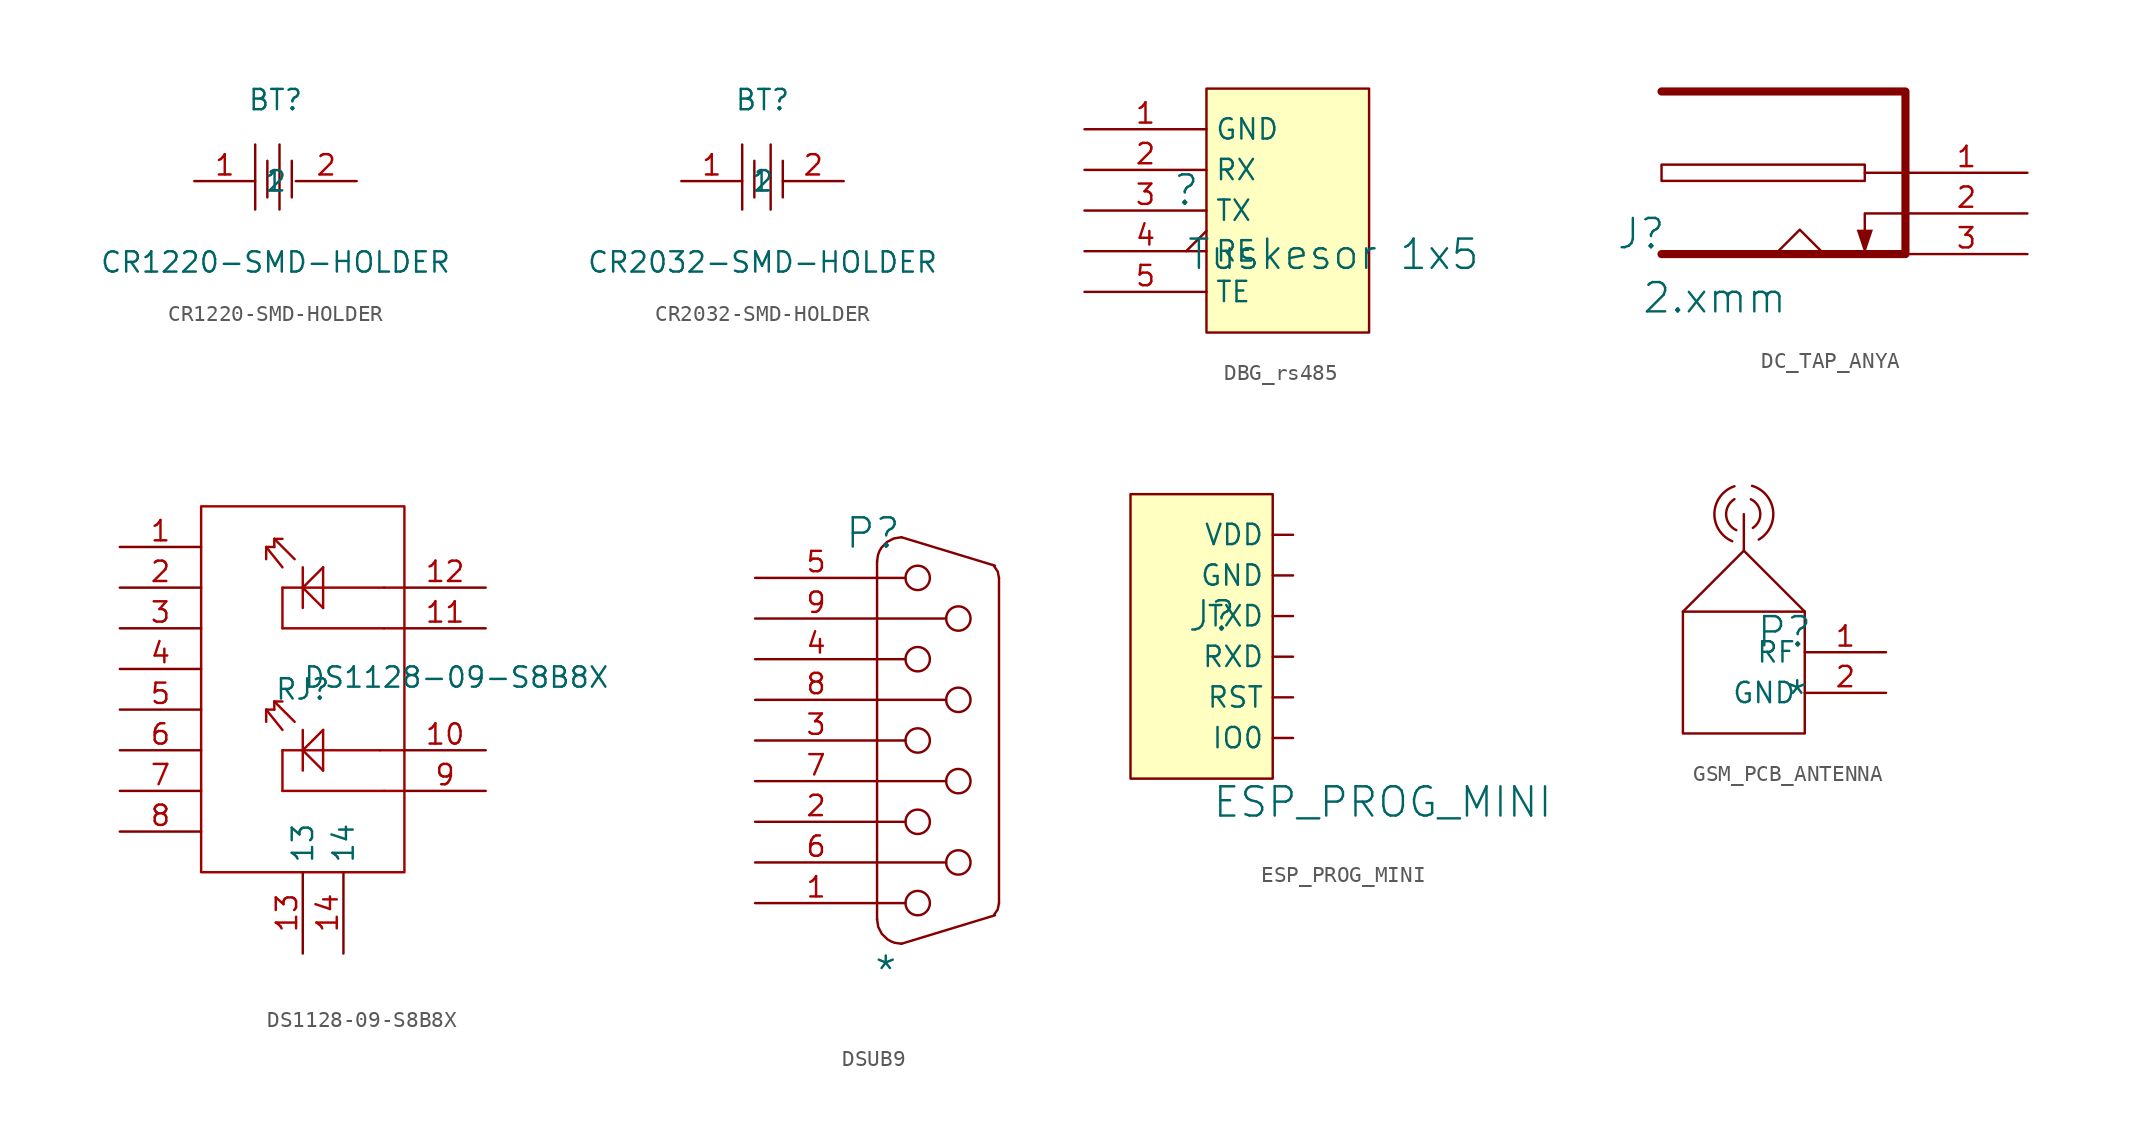
<source format=kicad_sym>
(kicad_symbol_lib
  (version 20241209)
  (generator "kicad_symbol_editor")
  (generator_version "9.0")
  (symbol "CR1220-SMD-HOLDER"
    (property "Reference" "BT"
      (at 0 5.08 0)
      (effects (font (size 1.27 1.27))))
    (property "Value" "CR1220-SMD-HOLDER"
      (at 0 -5.08 0)
      (effects (font (size 1.27 1.27))))
    (symbol "CR1220-SMD-HOLDER_0_1"
      (polyline (pts (xy -1.27 2.29) (xy -1.27 -1.78)) (stroke (width 0) (type default)) (fill (type none)))
      (polyline (pts (xy -0.51 1.27) (xy -0.51 -1.02)) (stroke (width 0) (type default)) (fill (type none)))
      (polyline (pts (xy 0.25 2.29) (xy 0.25 -1.78)) (stroke (width 0) (type default)) (fill (type none)))
      (polyline (pts (xy 1.02 1.27) (xy 1.02 -1.02)) (stroke (width 0) (type default)) (fill (type none)))
      (pin input line (at -5.08 0 0) (length 3.81) (name "1" (effects (font (size 1.27 1.27)))) (number "1" (effects (font (size 1.27 1.27)))))
      (pin input line (at 5.08 0 180) (length 3.81) (name "2" (effects (font (size 1.27 1.27)))) (number "2" (effects (font (size 1.27 1.27)))))))
  (symbol "CR2032-SMD-HOLDER"
    (property "Reference" "BT"
      (at 0 5.08 0)
      (effects (font (size 1.27 1.27))))
    (property "Value" "CR2032-SMD-HOLDER"
      (at 0 -5.08 0)
      (effects (font (size 1.27 1.27))))
    (symbol "CR2032-SMD-HOLDER_0_1"
      (polyline (pts (xy -1.27 2.29) (xy -1.27 -1.78)) (stroke (width 0) (type default)) (fill (type none)))
      (polyline (pts (xy -0.51 1.27) (xy -0.51 -1.02)) (stroke (width 0) (type default)) (fill (type none)))
      (polyline (pts (xy 0.51 2.29) (xy 0.51 -1.78)) (stroke (width 0) (type default)) (fill (type none)))
      (polyline (pts (xy 1.27 1.27) (xy 1.27 -1.02)) (stroke (width 0) (type default)) (fill (type none)))
      (pin input line (at -5.08 0 0) (length 3.81) (name "1" (effects (font (size 1.27 1.27)))) (number "1" (effects (font (size 1.27 1.27)))))
      (pin input line (at 5.08 0 180) (length 3.81) (name "2" (effects (font (size 1.27 1.27)))) (number "2" (effects (font (size 1.27 1.27)))))))
  (symbol "DBG_rs485"
    (property "Reference" ""
      (at -1.27 1.27 0)
      (effects (font (size 1.829 1.829))))
    (property "Value" "Tuskesor 1x5"
      (at -1.27 -3.81 0)
      (effects (font (size 1.829 1.829)) (justify left bottom)))
    (symbol "DBG_rs485_1_0"
      (polyline (pts (xy 0 7.62) (xy 0 -7.62) (xy 10.16 -7.62) (xy 10.16 7.62) (xy 0 7.62)) (stroke (width 0) (type solid)) (fill (type none)))
      (rectangle (start 10.16 7.62) (end 0 -7.62) (stroke (width 0.025) (type solid) (color 128 0 0 1)) (fill (type background)))
      (pin power_in line (at -7.62 5.08 0) (length 7.62) (name "GND" (effects (font (size 1.27 1.27)))) (number "1" (effects (font (size 1.27 1.27)))))
      (pin passive line (at -7.62 2.54 0) (length 7.62) (name "RX" (effects (font (size 1.27 1.27)))) (number "2" (effects (font (size 1.27 1.27)))))
      (pin passive line (at -7.62 0 0) (length 7.62) (name "TX" (effects (font (size 1.27 1.27)))) (number "3" (effects (font (size 1.27 1.27)))))
      (pin passive output_low (at -7.62 -2.54 0) (length 7.62) (name "RE" (effects (font (size 1.27 1.27)))) (number "4" (effects (font (size 1.27 1.27)))))
      (pin passive line (at -7.62 -5.08 0) (length 7.62) (name "TE" (effects (font (size 1.27 1.27)))) (number "5" (effects (font (size 1.27 1.27)))))))
  (symbol "DC_TAP_ANYA"
    (pin_names
      (hide yes))
    (property "Reference" "J"
      (at -1.27 1.27 0)
      (effects (font (size 1.829 1.829))))
    (property "Value" "2.xmm"
      (at -1.27 -3.81 0)
      (effects (font (size 1.829 1.829)) (justify left bottom)))
    (symbol "DC_TAP_ANYA_1_0"
      (polyline (pts (xy 0 0) (xy 15.24 0) (xy 15.24 10.16) (xy 0 10.16)) (stroke (width 0.508) (type solid)) (fill (type none)))
      (polyline (pts (xy 10.16 0) (xy 8.636 1.524) (xy 7.112 0)) (stroke (width 0) (type solid)) (fill (type none)))
      (polyline (pts (xy 12.7 4.572) (xy 0 4.572) (xy 0 5.588) (xy 12.7 5.588) (xy 12.7 4.572)) (stroke (width 0) (type solid)) (fill (type none)))
      (polyline (pts (xy 12.7 0) (xy 13.208 1.524) (xy 12.192 1.524) (xy 12.7 0)) (stroke (width -0.0001) (type solid)) (fill (type outline)))
      (polyline (pts (xy 15.24 5.08) (xy 12.7 5.08)) (stroke (width 0) (type solid)) (fill (type none)))
      (polyline (pts (xy 15.24 2.54) (xy 12.7 2.54) (xy 12.7 0.508)) (stroke (width 0) (type solid)) (fill (type none)))
      (pin power_in line (at 22.86 5.08 180) (length 7.62) (name "9V" (effects (font (size 1.27 1.27)))) (number "1" (effects (font (size 1.27 1.27)))))
      (pin power_in line (at 22.86 2.54 180) (length 7.62) (name "GND" (effects (font (size 1.27 1.27)))) (number "2" (effects (font (size 1.27 1.27)))))
      (pin power_in line (at 22.86 0 180) (length 7.62) (name "GND" (effects (font (size 1.27 1.27)))) (number "3" (effects (font (size 1.27 1.27)))))))
  (symbol "DS1128-09-S8B8X"
    (property "Reference" "RJ"
      (at 0 0 0)
      (effects (font (size 1.27 1.27))))
    (property "Value" "DS1128-09-S8B8X"
      (at 0 0 0)
      (effects (font (size 1.27 1.27)) (justify left bottom)))
    (property "Manufacturer Part" "DS1128-09-S8B8X"
      (at 0 0 0)
      (effects (font (size 1.27 1.27)) (justify left bottom) (hide yes)))
    (symbol "DS1128-09-S8B8X_1_0"
      (rectangle (start -6.35 11.43) (end 6.35 -11.43) (stroke (width 0) (type solid) (color 160 0 0 1)) (fill (type none)))
      (polyline (pts (xy -2.286 8.89) (xy -2.286 8.128)) (stroke (width 0) (type solid) (color 160 0 0 1)) (fill (type none)))
      (polyline (pts (xy -2.286 8.89) (xy -1.778 8.89)) (stroke (width 0) (type solid) (color 160 0 0 1)) (fill (type none)))
      (polyline (pts (xy -2.286 -1.27) (xy -2.286 -2.032)) (stroke (width 0) (type solid) (color 160 0 0 1)) (fill (type none)))
      (polyline (pts (xy -2.286 -1.27) (xy -1.778 -1.27)) (stroke (width 0) (type solid) (color 160 0 0 1)) (fill (type none)))
      (polyline (pts (xy -1.778 9.398) (xy -1.778 8.89)) (stroke (width 0) (type solid) (color 160 0 0 1)) (fill (type none)))
      (polyline (pts (xy -1.778 9.398) (xy -1.27 9.398)) (stroke (width 0) (type solid) (color 160 0 0 1)) (fill (type none)))
      (polyline (pts (xy -1.778 -0.762) (xy -1.778 -1.27)) (stroke (width 0) (type solid) (color 160 0 0 1)) (fill (type none)))
      (polyline (pts (xy -1.778 -0.762) (xy -1.27 -0.762)) (stroke (width 0) (type solid) (color 160 0 0 1)) (fill (type none)))
      (polyline (pts (xy -1.27 7.62) (xy -2.286 8.89)) (stroke (width 0) (type solid) (color 160 0 0 1)) (fill (type none)))
      (polyline (pts (xy -1.27 6.35) (xy -1.27 3.81)) (stroke (width 0) (type solid) (color 160 0 0 1)) (fill (type none)))
      (polyline (pts (xy -1.27 3.81) (xy 5.08 3.81)) (stroke (width 0) (type solid) (color 160 0 0 1)) (fill (type none)))
      (polyline (pts (xy -1.27 -2.54) (xy -2.286 -1.27)) (stroke (width 0) (type solid) (color 160 0 0 1)) (fill (type none)))
      (polyline (pts (xy -1.27 -3.81) (xy -1.27 -6.35)) (stroke (width 0) (type solid) (color 160 0 0 1)) (fill (type none)))
      (polyline (pts (xy -1.27 -6.35) (xy 5.08 -6.35)) (stroke (width 0) (type solid) (color 160 0 0 1)) (fill (type none)))
      (polyline (pts (xy -0.508 8.128) (xy -1.778 9.398)) (stroke (width 0) (type solid) (color 160 0 0 1)) (fill (type none)))
      (polyline (pts (xy -0.508 -2.032) (xy -1.778 -0.762)) (stroke (width 0) (type solid) (color 160 0 0 1)) (fill (type none)))
      (polyline (pts (xy 0 6.35) (xy 1.27 5.08)) (stroke (width 0) (type solid) (color 160 0 0 1)) (fill (type none)))
      (polyline (pts (xy 0 5.08) (xy 0 7.62)) (stroke (width 0) (type solid) (color 160 0 0 1)) (fill (type none)))
      (polyline (pts (xy 0 -3.81) (xy 1.27 -5.08)) (stroke (width 0) (type solid) (color 160 0 0 1)) (fill (type none)))
      (polyline (pts (xy 0 -5.08) (xy 0 -2.54)) (stroke (width 0) (type solid) (color 160 0 0 1)) (fill (type none)))
      (polyline (pts (xy 1.27 7.62) (xy 0 6.35)) (stroke (width 0) (type solid) (color 160 0 0 1)) (fill (type none)))
      (polyline (pts (xy 1.27 5.08) (xy 1.27 7.62)) (stroke (width 0) (type solid) (color 160 0 0 1)) (fill (type none)))
      (polyline (pts (xy 1.27 -2.54) (xy 0 -3.81)) (stroke (width 0) (type solid) (color 160 0 0 1)) (fill (type none)))
      (polyline (pts (xy 1.27 -5.08) (xy 1.27 -2.54)) (stroke (width 0) (type solid) (color 160 0 0 1)) (fill (type none)))
      (polyline (pts (xy 4.826 -3.81) (xy -1.27 -3.81)) (stroke (width 0) (type solid) (color 160 0 0 1)) (fill (type none)))
      (polyline (pts (xy 5.08 6.35) (xy -1.27 6.35)) (stroke (width 0) (type solid) (color 160 0 0 1)) (fill (type none)))
      (polyline (pts (xy 6.35 6.35) (xy 5.08 6.35)) (stroke (width 0) (type solid) (color 160 0 0 1)) (fill (type none)))
      (polyline (pts (xy 6.35 3.81) (xy 5.08 3.81)) (stroke (width 0) (type solid) (color 160 0 0 1)) (fill (type none)))
      (polyline (pts (xy 6.35 -3.81) (xy 4.826 -3.81)) (stroke (width 0) (type solid) (color 160 0 0 1)) (fill (type none)))
      (polyline (pts (xy 6.35 -6.35) (xy 5.08 -6.35)) (stroke (width 0) (type solid) (color 160 0 0 1)) (fill (type none)))
      (pin passive line (at -11.43 8.89 0) (length 5.08) (name "1" (effects (font (size 0 0)))) (number "1" (effects (font (size 1.27 1.27)))))
      (pin passive line (at -11.43 6.35 0) (length 5.08) (name "2" (effects (font (size 0 0)))) (number "2" (effects (font (size 1.27 1.27)))))
      (pin passive line (at -11.43 3.81 0) (length 5.08) (name "3" (effects (font (size 0 0)))) (number "3" (effects (font (size 1.27 1.27)))))
      (pin passive line (at -11.43 1.27 0) (length 5.08) (name "4" (effects (font (size 0 0)))) (number "4" (effects (font (size 1.27 1.27)))))
      (pin passive line (at -11.43 -1.27 0) (length 5.08) (name "5" (effects (font (size 0 0)))) (number "5" (effects (font (size 1.27 1.27)))))
      (pin passive line (at -11.43 -3.81 0) (length 5.08) (name "6" (effects (font (size 0 0)))) (number "6" (effects (font (size 1.27 1.27)))))
      (pin passive line (at -11.43 -6.35 0) (length 5.08) (name "7" (effects (font (size 0 0)))) (number "7" (effects (font (size 1.27 1.27)))))
      (pin passive line (at -11.43 -8.89 0) (length 5.08) (name "8" (effects (font (size 0 0)))) (number "8" (effects (font (size 1.27 1.27)))))
      (pin passive line (at 0 -16.51 90) (length 5.08) (name "13" (effects (font (size 1.27 1.27)))) (number "13" (effects (font (size 1.27 1.27)))))
      (pin passive line (at 2.54 -16.51 90) (length 5.08) (name "14" (effects (font (size 1.27 1.27)))) (number "14" (effects (font (size 1.27 1.27)))))
      (pin passive line (at 11.43 6.35 180) (length 5.08) (name "12" (effects (font (size 0 0)))) (number "12" (effects (font (size 1.27 1.27)))))
      (pin passive line (at 11.43 3.81 180) (length 5.08) (name "11" (effects (font (size 0 0)))) (number "11" (effects (font (size 1.27 1.27)))))
      (pin passive line (at 11.43 -3.81 180) (length 5.08) (name "10" (effects (font (size 0 0)))) (number "10" (effects (font (size 1.27 1.27)))))
      (pin passive line (at 11.43 -6.35 180) (length 5.08) (name "9" (effects (font (size 0 0)))) (number "9" (effects (font (size 1.27 1.27)))))))
  (symbol "DSUB9"
    (pin_names
      (hide yes))
    (property "Reference" "P"
      (at -0.254 0.254 0)
      (effects (font (size 1.829 1.829))))
    (property "Value" "*"
      (at -0.254 -28.194 0)
      (effects (font (size 1.829 1.829)) (justify left bottom)))
    (symbol "DSUB9_1_0"
      (polyline (pts (xy 0 -1.524) (xy 0 -23.876)) (stroke (width 0) (type solid)) (fill (type none)))
      (polyline (pts (xy 0 -2.54) (xy 1.778 -2.54)) (stroke (width 0) (type solid)) (fill (type none)))
      (polyline (pts (xy 0 -7.62) (xy 1.778 -7.62)) (stroke (width 0) (type solid)) (fill (type none)))
      (polyline (pts (xy 0 -12.7) (xy 1.778 -12.7)) (stroke (width 0) (type solid)) (fill (type none)))
      (polyline (pts (xy 0 -17.78) (xy 1.778 -17.78)) (stroke (width 0) (type solid)) (fill (type none)))
      (polyline (pts (xy 0 -22.86) (xy 1.778 -22.86)) (stroke (width 0) (type solid)) (fill (type none)))
      (bezier (pts (xy 0 -23.876) (xy 0 -24.718) (xy 0.682 -25.4) (xy 1.524 -25.4)) (stroke (width 0) (type solid)) (fill (type none)))
      (bezier (pts (xy 1.524 0) (xy 0.682 0) (xy 0 -0.682) (xy 0 -1.524)) (stroke (width 0) (type solid)) (fill (type none)))
      (circle (center 2.54 -2.54) (radius 0.762) (stroke (width 0) (type solid)) (fill (type none)))
      (circle (center 2.54 -7.62) (radius 0.762) (stroke (width 0) (type solid)) (fill (type none)))
      (circle (center 2.54 -12.7) (radius 0.762) (stroke (width 0) (type solid)) (fill (type none)))
      (circle (center 2.54 -17.78) (radius 0.762) (stroke (width 0) (type solid)) (fill (type none)))
      (circle (center 2.54 -22.86) (radius 0.762) (stroke (width 0) (type solid)) (fill (type none)))
      (polyline (pts (xy 4.318 -5.08) (xy 0 -5.08)) (stroke (width 0) (type solid)) (fill (type none)))
      (polyline (pts (xy 4.318 -10.16) (xy 0 -10.16)) (stroke (width 0) (type solid)) (fill (type none)))
      (polyline (pts (xy 4.318 -15.24) (xy 0 -15.24)) (stroke (width 0) (type solid)) (fill (type none)))
      (polyline (pts (xy 4.318 -20.32) (xy 0 -20.32)) (stroke (width 0) (type solid)) (fill (type none)))
      (circle (center 5.08 -5.08) (radius 0.762) (stroke (width 0) (type solid)) (fill (type none)))
      (circle (center 5.08 -10.16) (radius 0.762) (stroke (width 0) (type solid)) (fill (type none)))
      (circle (center 5.08 -15.24) (radius 0.762) (stroke (width 0) (type solid)) (fill (type none)))
      (circle (center 5.08 -20.32) (radius 0.762) (stroke (width 0) (type solid)) (fill (type none)))
      (bezier (pts (xy 7.322 -23.578) (xy 7.513 -23.388) (xy 7.62 -23.129) (xy 7.62 -22.86)) (stroke (width 0) (type solid)) (fill (type none)))
      (polyline (pts (xy 7.366 -1.778) (xy 1.524 0)) (stroke (width 0) (type solid)) (fill (type none)))
      (polyline (pts (xy 7.366 -23.622) (xy 1.524 -25.4)) (stroke (width 0) (type solid)) (fill (type none)))
      (bezier (pts (xy 7.62 -2.54) (xy 7.62 -2.271) (xy 7.513 -2.012) (xy 7.322 -1.821)) (stroke (width 0) (type solid)) (fill (type none)))
      (polyline (pts (xy 7.62 -22.86) (xy 7.62 -2.54)) (stroke (width 0) (type solid)) (fill (type none)))
      (pin passive line (at -7.62 -2.54 0) (length 7.62) (name "5" (effects (font (size 1.27 1.27)))) (number "5" (effects (font (size 1.27 1.27)))))
      (pin passive line (at -7.62 -5.08 0) (length 7.62) (name "9" (effects (font (size 1.27 1.27)))) (number "9" (effects (font (size 1.27 1.27)))))
      (pin passive line (at -7.62 -7.62 0) (length 7.62) (name "4" (effects (font (size 1.27 1.27)))) (number "4" (effects (font (size 1.27 1.27)))))
      (pin passive line (at -7.62 -10.16 0) (length 7.62) (name "8" (effects (font (size 1.27 1.27)))) (number "8" (effects (font (size 1.27 1.27)))))
      (pin passive line (at -7.62 -12.7 0) (length 7.62) (name "3" (effects (font (size 1.27 1.27)))) (number "3" (effects (font (size 1.27 1.27)))))
      (pin passive line (at -7.62 -15.24 0) (length 7.62) (name "7" (effects (font (size 1.27 1.27)))) (number "7" (effects (font (size 1.27 1.27)))))
      (pin passive line (at -7.62 -17.78 0) (length 7.62) (name "2" (effects (font (size 1.27 1.27)))) (number "2" (effects (font (size 1.27 1.27)))))
      (pin passive line (at -7.62 -20.32 0) (length 7.62) (name "6" (effects (font (size 1.27 1.27)))) (number "6" (effects (font (size 1.27 1.27)))))
      (pin passive line (at -7.62 -22.86 0) (length 7.62) (name "1" (effects (font (size 1.27 1.27)))) (number "1" (effects (font (size 1.27 1.27)))))))
  (symbol "ESP_PROG_MINI"
    (pin_numbers
      (hide yes))
    (property "Reference" "J"
      (at 0 0 0)
      (effects (font (size 1.829 1.829))))
    (property "Value" "ESP_PROG_MINI"
      (at 0 -12.7 0)
      (effects (font (size 1.829 1.829)) (justify left bottom)))
    (symbol "ESP_PROG_MINI_1_0"
      (rectangle (start 3.81 7.62) (end -5.08 -10.16) (stroke (width 0) (type solid) (color 128 0 0 1)) (fill (type background)))
      (pin passive line (at 5.08 5.08 180) (length 1.27) (name "VDD" (effects (font (size 1.27 1.27)))) (number "1" (effects (font (size 1.27 1.27)))))
      (pin passive line (at 5.08 2.54 180) (length 1.27) (name "GND" (effects (font (size 1.27 1.27)))) (number "2" (effects (font (size 1.27 1.27)))))
      (pin passive line (at 5.08 0 180) (length 1.27) (name "TXD" (effects (font (size 1.27 1.27)))) (number "3" (effects (font (size 1.27 1.27)))))
      (pin passive line (at 5.08 -2.54 180) (length 1.27) (name "RXD" (effects (font (size 1.27 1.27)))) (number "4" (effects (font (size 1.27 1.27)))))
      (pin passive line (at 5.08 -5.08 180) (length 1.27) (name "RST" (effects (font (size 1.27 1.27)))) (number "5" (effects (font (size 1.27 1.27)))))
      (pin passive line (at 5.08 -7.62 180) (length 1.27) (name "IO0" (effects (font (size 1.27 1.27)))) (number "6" (effects (font (size 1.27 1.27)))))))
  (symbol "GSM_PCB_ANTENNA"
    (property "Reference" "P"
      (at -1.27 1.27 0)
      (effects (font (size 1.829 1.829))))
    (property "Value" "*"
      (at -1.27 -3.81 0)
      (effects (font (size 1.829 1.829)) (justify left bottom)))
    (symbol "GSM_PCB_ANTENNA_1_0"
      (polyline (pts (xy -7.62 2.54) (xy -3.81 6.35) (xy 0 2.54)) (stroke (width 0) (type solid)) (fill (type none)))
      (polyline (pts (xy -7.62 2.54) (xy 0 2.54) (xy 0 -5.08) (xy -7.62 -5.08) (xy -7.62 2.54)) (stroke (width 0) (type solid)) (fill (type none)))
      (arc (start -4.5356 6.9429) (mid -5.6506 8.7096) (end -4.398 10.3816) (stroke (width 0) (type solid)) (fill (type none)))
      (arc (start -3.3733 9.5677) (mid -2.7835 8.7075) (end -3.2484 7.7738) (stroke (width 0) (type solid)) (fill (type none)))
      (polyline (pts (xy -3.81 6.35) (xy -3.81 8.636)) (stroke (width 0) (type solid)) (fill (type none)))
      (arc (start -3.3001 10.4071) (mid -1.9813 8.8655) (end -2.8783 7.0459) (stroke (width 0) (type solid)) (fill (type none)))
      (arc (start -4.2818 7.6335) (mid -4.9159 8.5688) (end -4.3998 9.574) (stroke (width 0) (type solid)) (fill (type none)))
      (pin passive line (at 5.08 0 180) (length 5.08) (name "RF" (effects (font (size 1.27 1.27)))) (number "1" (effects (font (size 1.27 1.27)))))
      (pin passive line (at 5.08 -2.54 180) (length 5.08) (name "GND" (effects (font (size 1.27 1.27)))) (number "2" (effects (font (size 1.27 1.27))))))))
</source>
